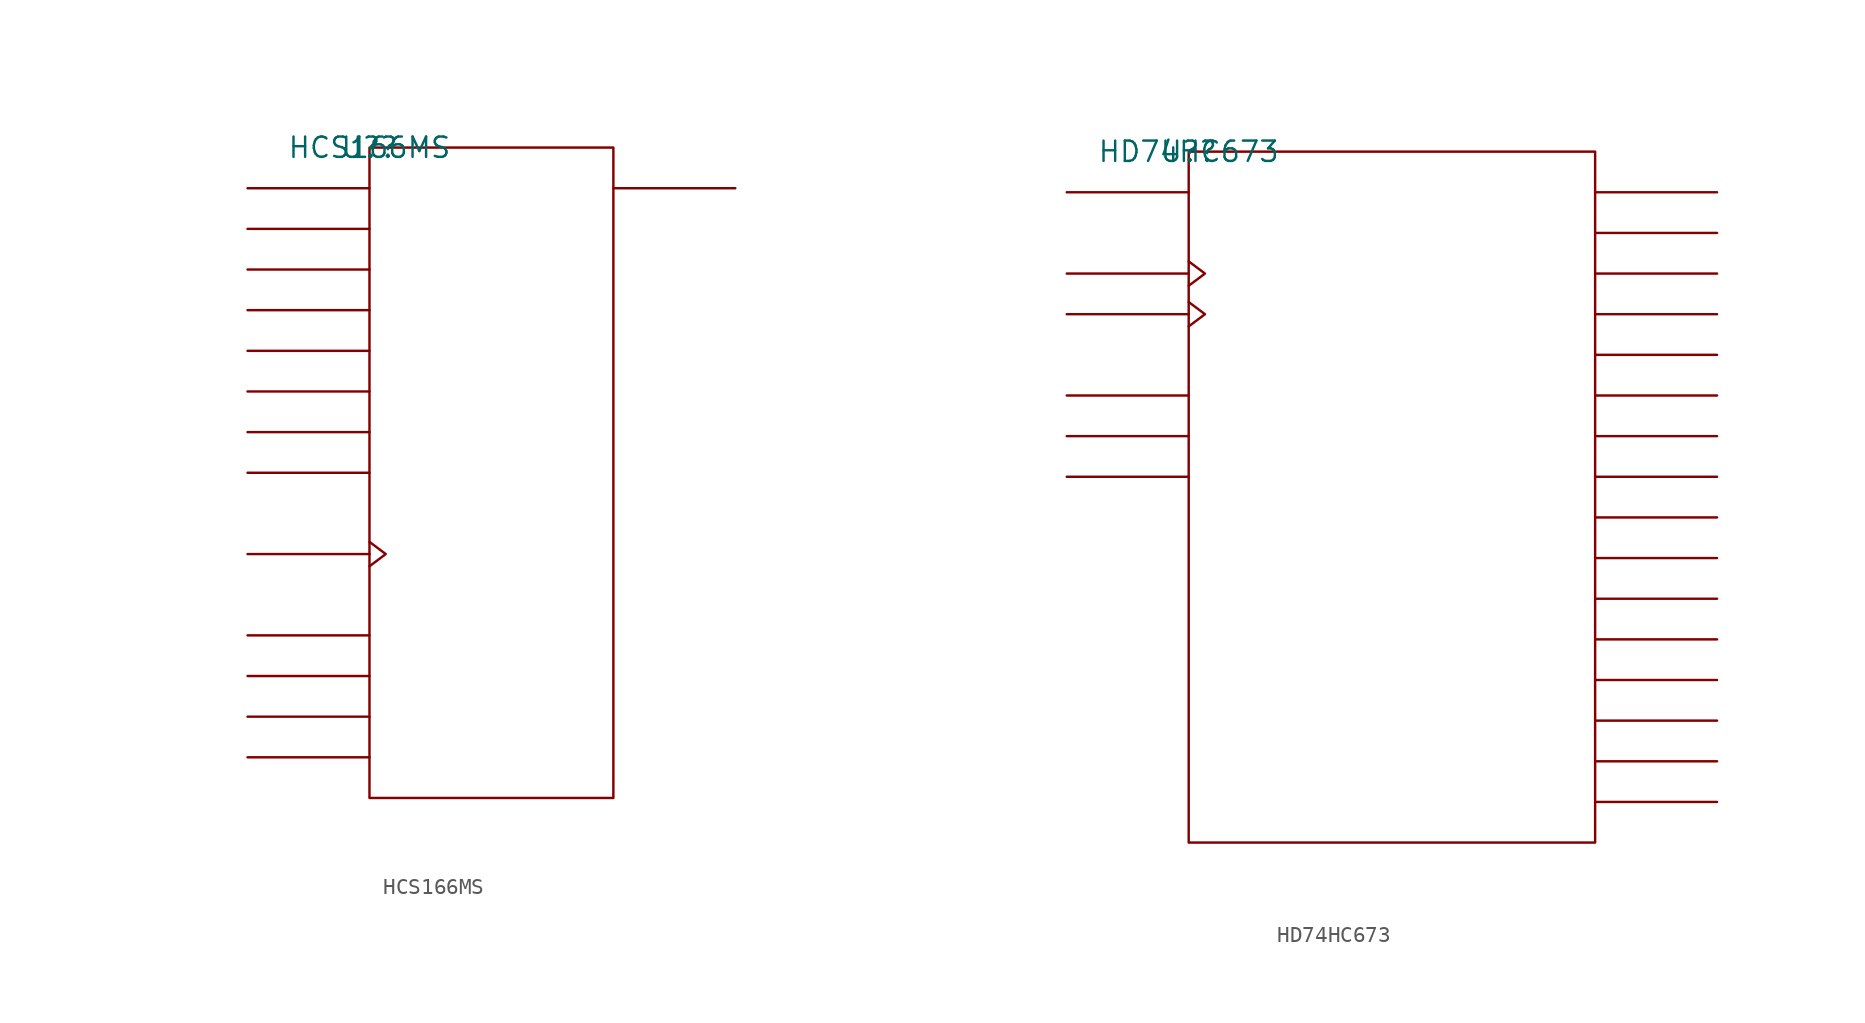
<source format=kicad_sym>
(kicad_symbol_lib
  (version 20211014)
  (generator kicad_symbol_editor)
  (symbol "HCS166MS"
    (pin_names
      (offset 0.762))
    (property "Reference" "U?"
      (at 0 0 0)
      (effects (font (size 1.27 1.27))))
    (property "Value" "HCS166MS"
      (at 0 0 0)
      (effects (font (size 1.27 1.27))))
    (symbol "HCS166MS_0_1"
      (rectangle (start 0 -40.64) (end 15.24 0) (stroke (width 0) (type default) (color 0 0 0 0)) (fill (type none)))
      (polyline (pts (xy 0 -38.1) (xy -7.62 -38.1)) (stroke (width 0) (type default) (color 0 0 0 0)) (fill (type none)))
      (polyline (pts (xy 0 -35.56) (xy -7.62 -35.56)) (stroke (width 0) (type default) (color 0 0 0 0)) (fill (type none)))
      (polyline (pts (xy 0 -33.02) (xy -7.62 -33.02)) (stroke (width 0) (type default) (color 0 0 0 0)) (fill (type none)))
      (polyline (pts (xy 0 -30.48) (xy -7.62 -30.48)) (stroke (width 0) (type default) (color 0 0 0 0)) (fill (type none)))
      (polyline (pts (xy 0 -25.4) (xy -7.62 -25.4)) (stroke (width 0) (type default) (color 0 0 0 0)) (fill (type none)))
      (polyline (pts (xy 0 -20.32) (xy -7.62 -20.32)) (stroke (width 0) (type default) (color 0 0 0 0)) (fill (type none)))
      (polyline (pts (xy 0 -17.78) (xy -7.62 -17.78)) (stroke (width 0) (type default) (color 0 0 0 0)) (fill (type none)))
      (polyline (pts (xy 0 -15.24) (xy -7.62 -15.24)) (stroke (width 0) (type default) (color 0 0 0 0)) (fill (type none)))
      (polyline (pts (xy 0 -12.7) (xy -7.62 -12.7)) (stroke (width 0) (type default) (color 0 0 0 0)) (fill (type none)))
      (polyline (pts (xy 0 -10.16) (xy -7.62 -10.16)) (stroke (width 0) (type default) (color 0 0 0 0)) (fill (type none)))
      (polyline (pts (xy 0 -7.62) (xy -7.62 -7.62)) (stroke (width 0) (type default) (color 0 0 0 0)) (fill (type none)))
      (polyline (pts (xy 0 -5.08) (xy -7.62 -5.08)) (stroke (width 0) (type default) (color 0 0 0 0)) (fill (type none)))
      (polyline (pts (xy 0 -2.54) (xy -7.62 -2.54)) (stroke (width 0) (type default) (color 0 0 0 0)) (fill (type none)))
      (polyline (pts (xy 15.24 -2.54) (xy 22.86 -2.54)) (stroke (width 0) (type default) (color 0 0 0 0)) (fill (type none)))
      (polyline (pts (xy 0 -24.638) (xy 1.016 -25.4) (xy 0 -26.162)) (stroke (width 0) (type default) (color 0 0 0 0)) (fill (type none))))
    (symbol "HCS166MS_1_1"
      (pin unspecified line (at -7.62 -30.48 0) (length 7.62) hide (name "DS" (effects (font (size 1.245 1.245)))) (number "1" (effects (font (size 1.245 1.245)))))
      (pin unspecified line (at -7.62 -12.7 0) (length 7.62) hide (name "D4" (effects (font (size 1.245 1.245)))) (number "10" (effects (font (size 1.245 1.245)))))
      (pin unspecified line (at -7.62 -15.24 0) (length 7.62) hide (name "D5" (effects (font (size 1.245 1.245)))) (number "11" (effects (font (size 1.245 1.245)))))
      (pin unspecified line (at -7.62 -17.78 0) (length 7.62) hide (name "D6" (effects (font (size 1.245 1.245)))) (number "12" (effects (font (size 1.245 1.245)))))
      (pin unspecified line (at 22.86 -2.54 180) (length 7.62) hide (name "Q7" (effects (font (size 1.245 1.245)))) (number "13" (effects (font (size 1.245 1.245)))))
      (pin unspecified line (at -7.62 -20.32 0) (length 7.62) hide (name "D7" (effects (font (size 1.245 1.245)))) (number "14" (effects (font (size 1.245 1.245)))))
      (pin unspecified line (at -7.62 -35.56 0) (length 7.62) hide (name "P\\E\\" (effects (font (size 1.245 1.245)))) (number "15" (effects (font (size 1.245 1.245)))))
      (pin power_in line (at 7.62 0 0) (length 7.62) hide (name "VCC" (effects (font (size 1.245 1.245)))) (number "16" (effects (font (size 1.245 1.245)))))
      (pin unspecified line (at -7.62 -2.54 0) (length 7.62) hide (name "D0" (effects (font (size 1.245 1.245)))) (number "2" (effects (font (size 1.245 1.245)))))
      (pin unspecified line (at -7.62 -5.08 0) (length 7.62) hide (name "D1" (effects (font (size 1.245 1.245)))) (number "3" (effects (font (size 1.245 1.245)))))
      (pin unspecified line (at -7.62 -7.62 0) (length 7.62) hide (name "D2" (effects (font (size 1.245 1.245)))) (number "4" (effects (font (size 1.245 1.245)))))
      (pin unspecified line (at -7.62 -10.16 0) (length 7.62) hide (name "D3" (effects (font (size 1.245 1.245)))) (number "5" (effects (font (size 1.245 1.245)))))
      (pin unspecified line (at -7.62 -38.1 0) (length 7.62) hide (name "C\\E\\" (effects (font (size 1.245 1.245)))) (number "6" (effects (font (size 1.245 1.245)))))
      (pin unspecified line (at -7.62 -25.4 180) (length 7.62) hide (name "CLK" (effects (font (size 1.245 1.245)))) (number "7" (effects (font (size 1.245 1.245)))))
      (pin power_in line (at 7.62 -40.64 180) (length 7.62) hide (name "GND" (effects (font (size 1.245 1.245)))) (number "8" (effects (font (size 1.245 1.245)))))
      (pin unspecified line (at -7.62 -33.02 0) (length 7.62) hide (name "M\\R\\" (effects (font (size 1.245 1.245)))) (number "9" (effects (font (size 1.245 1.245)))))))
  (symbol "HD74HC673"
    (pin_names
      (offset 0.762))
    (property "Reference" "U?"
      (at 0 0 0)
      (effects (font (size 1.27 1.27))))
    (property "Value" "HD74HC673"
      (at 0 0 0)
      (effects (font (size 1.27 1.27))))
    (symbol "HD74HC673_0_1"
      (rectangle (start 0 -43.18) (end 25.4 0) (stroke (width 0) (type default) (color 0 0 0 0)) (fill (type none)))
      (polyline (pts (xy 0 -20.32) (xy -7.62 -20.32)) (stroke (width 0) (type default) (color 0 0 0 0)) (fill (type none)))
      (polyline (pts (xy 0 -17.78) (xy -7.62 -17.78)) (stroke (width 0) (type default) (color 0 0 0 0)) (fill (type none)))
      (polyline (pts (xy 0 -15.24) (xy -7.62 -15.24)) (stroke (width 0) (type default) (color 0 0 0 0)) (fill (type none)))
      (polyline (pts (xy 0 -10.16) (xy -7.62 -10.16)) (stroke (width 0) (type default) (color 0 0 0 0)) (fill (type none)))
      (polyline (pts (xy 0 -7.62) (xy -7.62 -7.62)) (stroke (width 0) (type default) (color 0 0 0 0)) (fill (type none)))
      (polyline (pts (xy 0 -2.54) (xy -7.62 -2.54)) (stroke (width 0) (type default) (color 0 0 0 0)) (fill (type none)))
      (polyline (pts (xy 25.4 -40.64) (xy 33.02 -40.64)) (stroke (width 0) (type default) (color 0 0 0 0)) (fill (type none)))
      (polyline (pts (xy 25.4 -38.1) (xy 33.02 -38.1)) (stroke (width 0) (type default) (color 0 0 0 0)) (fill (type none)))
      (polyline (pts (xy 25.4 -35.56) (xy 33.02 -35.56)) (stroke (width 0) (type default) (color 0 0 0 0)) (fill (type none)))
      (polyline (pts (xy 25.4 -33.02) (xy 33.02 -33.02)) (stroke (width 0) (type default) (color 0 0 0 0)) (fill (type none)))
      (polyline (pts (xy 25.4 -30.48) (xy 33.02 -30.48)) (stroke (width 0) (type default) (color 0 0 0 0)) (fill (type none)))
      (polyline (pts (xy 25.4 -27.94) (xy 33.02 -27.94)) (stroke (width 0) (type default) (color 0 0 0 0)) (fill (type none)))
      (polyline (pts (xy 25.4 -25.4) (xy 33.02 -25.4)) (stroke (width 0) (type default) (color 0 0 0 0)) (fill (type none)))
      (polyline (pts (xy 25.4 -22.86) (xy 33.02 -22.86)) (stroke (width 0) (type default) (color 0 0 0 0)) (fill (type none)))
      (polyline (pts (xy 25.4 -20.32) (xy 33.02 -20.32)) (stroke (width 0) (type default) (color 0 0 0 0)) (fill (type none)))
      (polyline (pts (xy 25.4 -17.78) (xy 33.02 -17.78)) (stroke (width 0) (type default) (color 0 0 0 0)) (fill (type none)))
      (polyline (pts (xy 25.4 -15.24) (xy 33.02 -15.24)) (stroke (width 0) (type default) (color 0 0 0 0)) (fill (type none)))
      (polyline (pts (xy 25.4 -12.7) (xy 33.02 -12.7)) (stroke (width 0) (type default) (color 0 0 0 0)) (fill (type none)))
      (polyline (pts (xy 25.4 -10.16) (xy 33.02 -10.16)) (stroke (width 0) (type default) (color 0 0 0 0)) (fill (type none)))
      (polyline (pts (xy 25.4 -7.62) (xy 33.02 -7.62)) (stroke (width 0) (type default) (color 0 0 0 0)) (fill (type none)))
      (polyline (pts (xy 25.4 -5.08) (xy 33.02 -5.08)) (stroke (width 0) (type default) (color 0 0 0 0)) (fill (type none)))
      (polyline (pts (xy 25.4 -2.54) (xy 33.02 -2.54)) (stroke (width 0) (type default) (color 0 0 0 0)) (fill (type none)))
      (polyline (pts (xy 0 -9.398) (xy 1.016 -10.16) (xy 0 -10.922)) (stroke (width 0) (type default) (color 0 0 0 0)) (fill (type none)))
      (polyline (pts (xy 0 -6.858) (xy 1.016 -7.62) (xy 0 -8.382)) (stroke (width 0) (type default) (color 0 0 0 0)) (fill (type none))))
    (symbol "HD74HC673_1_1"
      (pin unspecified line (at -7.62 -20.32 0) (length 7.62) hide (name "C\\S\\" (effects (font (size 1.245 1.245)))) (number "1" (effects (font (size 1.245 1.245)))))
      (pin unspecified line (at 33.02 -10.16 180) (length 7.62) hide (name "Y3" (effects (font (size 1.245 1.245)))) (number "10" (effects (font (size 1.245 1.245)))))
      (pin unspecified line (at 33.02 -12.7 180) (length 7.62) hide (name "Y4" (effects (font (size 1.245 1.245)))) (number "11" (effects (font (size 1.245 1.245)))))
      (pin power_in line (at 10.16 -43.18 0) (length 7.62) hide (name "GND" (effects (font (size 1.245 1.245)))) (number "12" (effects (font (size 1.245 1.245)))))
      (pin unspecified line (at 33.02 -15.24 180) (length 7.62) hide (name "Y5" (effects (font (size 1.245 1.245)))) (number "13" (effects (font (size 1.245 1.245)))))
      (pin unspecified line (at 33.02 -17.78 180) (length 7.62) hide (name "Y6" (effects (font (size 1.245 1.245)))) (number "14" (effects (font (size 1.245 1.245)))))
      (pin unspecified line (at 33.02 -20.32 180) (length 7.62) hide (name "Y7" (effects (font (size 1.245 1.245)))) (number "15" (effects (font (size 1.245 1.245)))))
      (pin unspecified line (at 33.02 -22.86 180) (length 7.62) hide (name "Y8" (effects (font (size 1.245 1.245)))) (number "16" (effects (font (size 1.245 1.245)))))
      (pin unspecified line (at 33.02 -25.4 180) (length 7.62) hide (name "Y9" (effects (font (size 1.245 1.245)))) (number "17" (effects (font (size 1.245 1.245)))))
      (pin unspecified line (at 33.02 -27.94 180) (length 7.62) hide (name "Y10" (effects (font (size 1.245 1.245)))) (number "18" (effects (font (size 1.245 1.245)))))
      (pin unspecified line (at 33.02 -30.48 180) (length 7.62) hide (name "Y11" (effects (font (size 1.245 1.245)))) (number "19" (effects (font (size 1.245 1.245)))))
      (pin unspecified line (at -7.62 -7.62 180) (length 7.62) hide (name "SHCLK" (effects (font (size 1.245 1.245)))) (number "2" (effects (font (size 1.245 1.245)))))
      (pin unspecified line (at 33.02 -33.02 180) (length 7.62) hide (name "Y12" (effects (font (size 1.245 1.245)))) (number "20" (effects (font (size 1.245 1.245)))))
      (pin unspecified line (at 33.02 -35.56 180) (length 7.62) hide (name "Y13" (effects (font (size 1.245 1.245)))) (number "21" (effects (font (size 1.245 1.245)))))
      (pin unspecified line (at 33.02 -38.1 180) (length 7.62) hide (name "Y14" (effects (font (size 1.245 1.245)))) (number "22" (effects (font (size 1.245 1.245)))))
      (pin unspecified line (at 33.02 -40.64 180) (length 7.62) hide (name "Y15" (effects (font (size 1.245 1.245)))) (number "23" (effects (font (size 1.245 1.245)))))
      (pin power_in line (at 15.24 0 0) (length 7.62) hide (name "VCC" (effects (font (size 1.245 1.245)))) (number "24" (effects (font (size 1.245 1.245)))))
      (pin unspecified line (at -7.62 -15.24 0) (length 7.62) hide (name "R/W\\" (effects (font (size 1.245 1.245)))) (number "3" (effects (font (size 1.245 1.245)))))
      (pin unspecified line (at -7.62 -17.78 0) (length 7.62) hide (name "S\\T\\R\\C\\L\\R\\" (effects (font (size 1.245 1.245)))) (number "4" (effects (font (size 1.245 1.245)))))
      (pin unspecified line (at -7.62 -10.16 180) (length 7.62) hide (name "MODE/STRCLK" (effects (font (size 1.245 1.245)))) (number "5" (effects (font (size 1.245 1.245)))))
      (pin unspecified line (at -7.62 -2.54 0) (length 7.62) hide (name "SER/Q15" (effects (font (size 1.245 1.245)))) (number "6" (effects (font (size 1.245 1.245)))))
      (pin unspecified line (at 33.02 -2.54 180) (length 7.62) hide (name "Y0" (effects (font (size 1.245 1.245)))) (number "7" (effects (font (size 1.245 1.245)))))
      (pin unspecified line (at 33.02 -5.08 180) (length 7.62) hide (name "Y1" (effects (font (size 1.245 1.245)))) (number "8" (effects (font (size 1.245 1.245)))))
      (pin unspecified line (at 33.02 -7.62 180) (length 7.62) hide (name "Y2" (effects (font (size 1.245 1.245)))) (number "9" (effects (font (size 1.245 1.245))))))))
</source>
